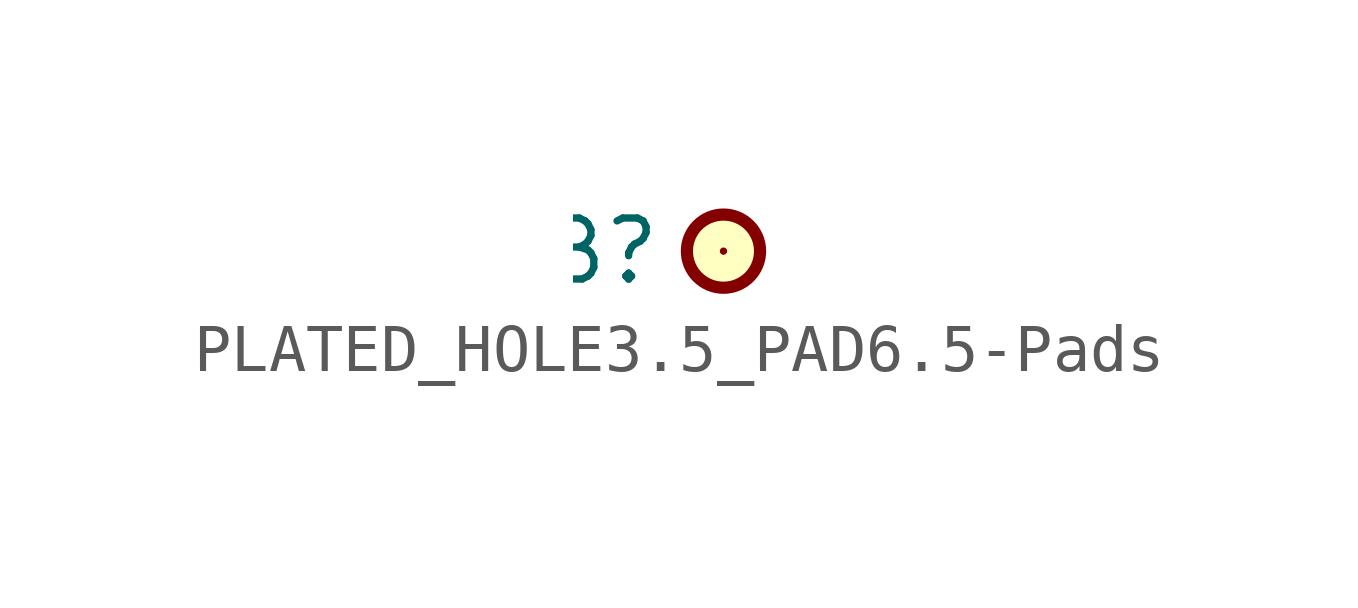
<source format=kicad_sym>
(kicad_symbol_lib
  (version 20200126)
  (host kicad_symbol_editor "(5.99.0-2809-gaceed2b0a4)")
  (symbol "LCD_Board-rescue:PLATED_HOLE3.5_PAD6.5-Pads"
    (pin_names
      (offset 1.27))
    (property "Reference" "B"
      (at -1.27 0 0)
      (effects (font (size 1.27 1.27)) (justify right)))
    (property "ki_locked" ""
      (at 0 0 0)
      (effects (font (size 1.27 1.27))))
    (symbol "PLATED_HOLE3.5_PAD6.5-Pads_0_1"
      (circle (center 0 0) (radius 0.762) (stroke (width 0.254)) (fill (type background)))
      (pin bidirectional line (at 0 0 180) (length 0) (name "1" (effects (font (size 0 0)))) (number "1" (effects (font (size 0 0))))))))
</source>
